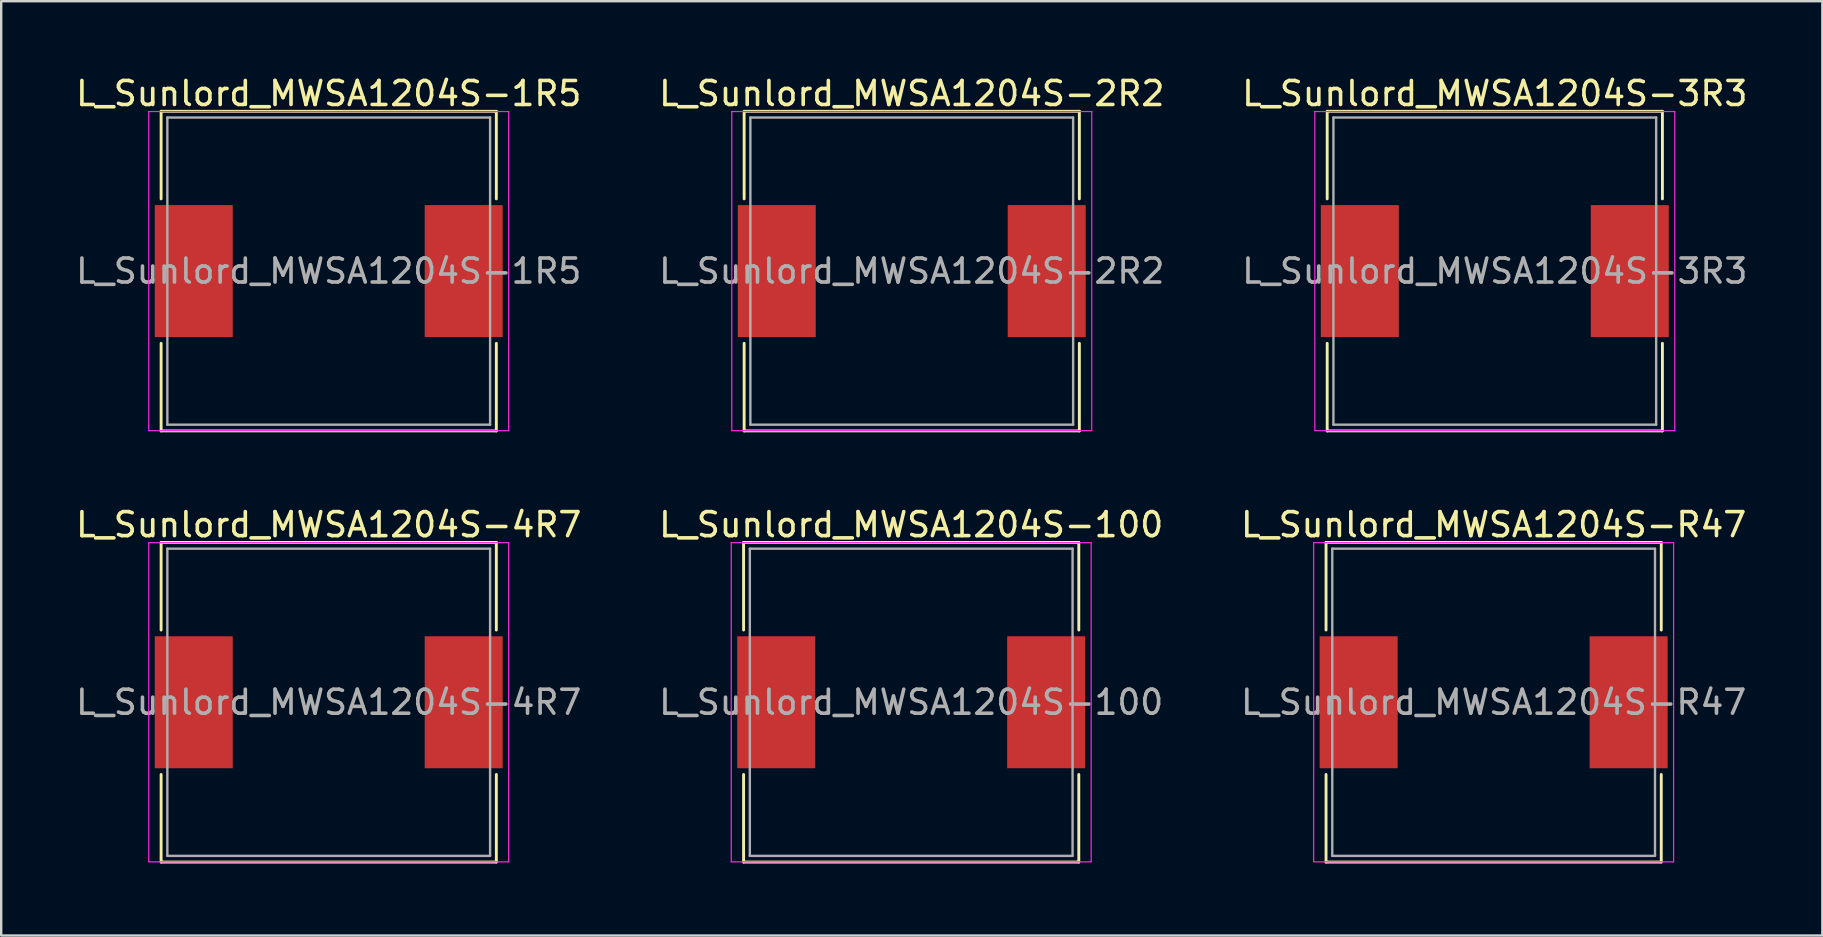
<source format=kicad_pcb>
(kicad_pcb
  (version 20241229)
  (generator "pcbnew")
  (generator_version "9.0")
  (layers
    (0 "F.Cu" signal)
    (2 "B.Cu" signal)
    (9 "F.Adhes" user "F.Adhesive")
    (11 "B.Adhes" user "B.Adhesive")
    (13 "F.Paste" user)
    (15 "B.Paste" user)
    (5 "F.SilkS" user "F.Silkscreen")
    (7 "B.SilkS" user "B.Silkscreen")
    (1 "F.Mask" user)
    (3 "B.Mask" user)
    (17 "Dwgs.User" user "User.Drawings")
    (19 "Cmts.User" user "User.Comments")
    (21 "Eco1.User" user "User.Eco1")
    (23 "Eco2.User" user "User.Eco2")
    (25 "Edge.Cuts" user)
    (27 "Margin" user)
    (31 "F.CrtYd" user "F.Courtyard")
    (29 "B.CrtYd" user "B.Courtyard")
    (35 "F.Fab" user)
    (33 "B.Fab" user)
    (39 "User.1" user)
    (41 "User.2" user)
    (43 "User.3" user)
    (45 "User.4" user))
  (footprint "L_Sunlord_MWSA1204S-100"
    (layer "F.Cu")
    (at 34.923 26.216)
    (property "Reference" "L_Sunlord_MWSA1204S-100" (at 0 -7.4 0) (layer "F.SilkS") (effects (font (size 1 1) (thickness 0.15))))
    (attr smd)
    (fp_line (start -6.985 -6.66) (end -6.985 -3.01) (stroke (width 0.12) (type solid)) (layer "F.SilkS"))
    (fp_line (start -6.985 -6.66) (end 6.985 -6.66) (stroke (width 0.12) (type solid)) (layer "F.SilkS"))
    (fp_line (start -6.985 6.66) (end -6.985 3.01) (stroke (width 0.12) (type solid)) (layer "F.SilkS"))
    (fp_line (start -6.985 6.66) (end 6.985 6.66) (stroke (width 0.12) (type solid)) (layer "F.SilkS"))
    (fp_line (start 6.985 -6.66) (end 6.985 -3.01) (stroke (width 0.12) (type solid)) (layer "F.SilkS"))
    (fp_line (start 6.985 6.66) (end 6.985 3.01) (stroke (width 0.12) (type solid)) (layer "F.SilkS"))
    (fp_line (start -7.5 -6.65) (end -7.5 6.65) (stroke (width 0.05) (type solid)) (layer "F.CrtYd"))
    (fp_line (start -7.5 6.65) (end 7.5 6.65) (stroke (width 0.05) (type solid)) (layer "F.CrtYd"))
    (fp_line (start 7.5 -6.65) (end -7.5 -6.65) (stroke (width 0.05) (type solid)) (layer "F.CrtYd"))
    (fp_line (start 7.5 6.65) (end 7.5 -6.65) (stroke (width 0.05) (type solid)) (layer "F.CrtYd"))
    (fp_line (start -6.725 -6.4) (end -6.725 6.4) (stroke (width 0.1) (type solid)) (layer "F.Fab"))
    (fp_line (start -6.725 6.4) (end 6.725 6.4) (stroke (width 0.1) (type solid)) (layer "F.Fab"))
    (fp_line (start 6.725 -6.4) (end -6.725 -6.4) (stroke (width 0.1) (type solid)) (layer "F.Fab"))
    (fp_line (start 6.725 6.4) (end 6.725 -6.4) (stroke (width 0.1) (type solid)) (layer "F.Fab"))
    (fp_text user "${REFERENCE}" (at 0 0 0) (layer "F.Fab") (effects (font (size 1 1) (thickness 0.15))))
    (pad "1" smd rect (at -5.625 0) (size 3.25 5.5) (layers "F.Cu" "F.Mask" "F.Paste"))
    (pad "2" smd rect (at 5.625 0) (size 3.25 5.5) (layers "F.Cu" "F.Mask" "F.Paste")))
  (footprint "L_Sunlord_MWSA1204S-4R7"
    (layer "F.Cu")
    (at 10.649 26.216)
    (property "Reference" "L_Sunlord_MWSA1204S-4R7" (at 0 -7.4 0) (layer "F.SilkS") (effects (font (size 1 1) (thickness 0.15))))
    (attr smd)
    (fp_line (start -6.985 -6.66) (end -6.985 -3.01) (stroke (width 0.12) (type solid)) (layer "F.SilkS"))
    (fp_line (start -6.985 -6.66) (end 6.985 -6.66) (stroke (width 0.12) (type solid)) (layer "F.SilkS"))
    (fp_line (start -6.985 6.66) (end -6.985 3.01) (stroke (width 0.12) (type solid)) (layer "F.SilkS"))
    (fp_line (start -6.985 6.66) (end 6.985 6.66) (stroke (width 0.12) (type solid)) (layer "F.SilkS"))
    (fp_line (start 6.985 -6.66) (end 6.985 -3.01) (stroke (width 0.12) (type solid)) (layer "F.SilkS"))
    (fp_line (start 6.985 6.66) (end 6.985 3.01) (stroke (width 0.12) (type solid)) (layer "F.SilkS"))
    (fp_line (start -7.5 -6.65) (end -7.5 6.65) (stroke (width 0.05) (type solid)) (layer "F.CrtYd"))
    (fp_line (start -7.5 6.65) (end 7.5 6.65) (stroke (width 0.05) (type solid)) (layer "F.CrtYd"))
    (fp_line (start 7.5 -6.65) (end -7.5 -6.65) (stroke (width 0.05) (type solid)) (layer "F.CrtYd"))
    (fp_line (start 7.5 6.65) (end 7.5 -6.65) (stroke (width 0.05) (type solid)) (layer "F.CrtYd"))
    (fp_line (start -6.725 -6.4) (end -6.725 6.4) (stroke (width 0.1) (type solid)) (layer "F.Fab"))
    (fp_line (start -6.725 6.4) (end 6.725 6.4) (stroke (width 0.1) (type solid)) (layer "F.Fab"))
    (fp_line (start 6.725 -6.4) (end -6.725 -6.4) (stroke (width 0.1) (type solid)) (layer "F.Fab"))
    (fp_line (start 6.725 6.4) (end 6.725 -6.4) (stroke (width 0.1) (type solid)) (layer "F.Fab"))
    (fp_text user "${REFERENCE}" (at 0 0 0) (layer "F.Fab") (effects (font (size 1 1) (thickness 0.15))))
    (pad "1" smd rect (at -5.625 0) (size 3.25 5.5) (layers "F.Cu" "F.Mask" "F.Paste"))
    (pad "2" smd rect (at 5.625 0) (size 3.25 5.5) (layers "F.Cu" "F.Mask" "F.Paste")))
  (footprint "L_Sunlord_MWSA1204S-R47"
    (layer "F.Cu")
    (at 59.196 26.216)
    (property "Reference" "L_Sunlord_MWSA1204S-R47" (at 0 -7.4 0) (layer "F.SilkS") (effects (font (size 1 1) (thickness 0.15))))
    (attr smd)
    (fp_line (start -6.985 -6.66) (end -6.985 -3.01) (stroke (width 0.12) (type solid)) (layer "F.SilkS"))
    (fp_line (start -6.985 -6.66) (end 6.985 -6.66) (stroke (width 0.12) (type solid)) (layer "F.SilkS"))
    (fp_line (start -6.985 6.66) (end -6.985 3.01) (stroke (width 0.12) (type solid)) (layer "F.SilkS"))
    (fp_line (start -6.985 6.66) (end 6.985 6.66) (stroke (width 0.12) (type solid)) (layer "F.SilkS"))
    (fp_line (start 6.985 -6.66) (end 6.985 -3.01) (stroke (width 0.12) (type solid)) (layer "F.SilkS"))
    (fp_line (start 6.985 6.66) (end 6.985 3.01) (stroke (width 0.12) (type solid)) (layer "F.SilkS"))
    (fp_line (start -7.5 -6.65) (end -7.5 6.65) (stroke (width 0.05) (type solid)) (layer "F.CrtYd"))
    (fp_line (start -7.5 6.65) (end 7.5 6.65) (stroke (width 0.05) (type solid)) (layer "F.CrtYd"))
    (fp_line (start 7.5 -6.65) (end -7.5 -6.65) (stroke (width 0.05) (type solid)) (layer "F.CrtYd"))
    (fp_line (start 7.5 6.65) (end 7.5 -6.65) (stroke (width 0.05) (type solid)) (layer "F.CrtYd"))
    (fp_line (start -6.725 -6.4) (end -6.725 6.4) (stroke (width 0.1) (type solid)) (layer "F.Fab"))
    (fp_line (start -6.725 6.4) (end 6.725 6.4) (stroke (width 0.1) (type solid)) (layer "F.Fab"))
    (fp_line (start 6.725 -6.4) (end -6.725 -6.4) (stroke (width 0.1) (type solid)) (layer "F.Fab"))
    (fp_line (start 6.725 6.4) (end 6.725 -6.4) (stroke (width 0.1) (type solid)) (layer "F.Fab"))
    (fp_text user "${REFERENCE}" (at 0 0 0) (layer "F.Fab") (effects (font (size 1 1) (thickness 0.15))))
    (pad "1" smd rect (at -5.625 0) (size 3.25 5.5) (layers "F.Cu" "F.Mask" "F.Paste"))
    (pad "2" smd rect (at 5.625 0) (size 3.25 5.5) (layers "F.Cu" "F.Mask" "F.Paste")))
  (footprint "L_Sunlord_MWSA1204S-2R2"
    (layer "F.Cu")
    (at 34.946 8.248)
    (property "Reference" "L_Sunlord_MWSA1204S-2R2" (at 0 -7.4 0) (layer "F.SilkS") (effects (font (size 1 1) (thickness 0.15))))
    (attr smd)
    (fp_line (start -6.985 -6.66) (end -6.985 -3.01) (stroke (width 0.12) (type solid)) (layer "F.SilkS"))
    (fp_line (start -6.985 -6.66) (end 6.985 -6.66) (stroke (width 0.12) (type solid)) (layer "F.SilkS"))
    (fp_line (start -6.985 6.66) (end -6.985 3.01) (stroke (width 0.12) (type solid)) (layer "F.SilkS"))
    (fp_line (start -6.985 6.66) (end 6.985 6.66) (stroke (width 0.12) (type solid)) (layer "F.SilkS"))
    (fp_line (start 6.985 -6.66) (end 6.985 -3.01) (stroke (width 0.12) (type solid)) (layer "F.SilkS"))
    (fp_line (start 6.985 6.66) (end 6.985 3.01) (stroke (width 0.12) (type solid)) (layer "F.SilkS"))
    (fp_line (start -7.5 -6.65) (end -7.5 6.65) (stroke (width 0.05) (type solid)) (layer "F.CrtYd"))
    (fp_line (start -7.5 6.65) (end 7.5 6.65) (stroke (width 0.05) (type solid)) (layer "F.CrtYd"))
    (fp_line (start 7.5 -6.65) (end -7.5 -6.65) (stroke (width 0.05) (type solid)) (layer "F.CrtYd"))
    (fp_line (start 7.5 6.65) (end 7.5 -6.65) (stroke (width 0.05) (type solid)) (layer "F.CrtYd"))
    (fp_line (start -6.725 -6.4) (end -6.725 6.4) (stroke (width 0.1) (type solid)) (layer "F.Fab"))
    (fp_line (start -6.725 6.4) (end 6.725 6.4) (stroke (width 0.1) (type solid)) (layer "F.Fab"))
    (fp_line (start 6.725 -6.4) (end -6.725 -6.4) (stroke (width 0.1) (type solid)) (layer "F.Fab"))
    (fp_line (start 6.725 6.4) (end 6.725 -6.4) (stroke (width 0.1) (type solid)) (layer "F.Fab"))
    (fp_text user "${REFERENCE}" (at 0 0 0) (layer "F.Fab") (effects (font (size 1 1) (thickness 0.15))))
    (pad "1" smd rect (at -5.625 0) (size 3.25 5.5) (layers "F.Cu" "F.Mask" "F.Paste"))
    (pad "2" smd rect (at 5.625 0) (size 3.25 5.5) (layers "F.Cu" "F.Mask" "F.Paste")))
  (footprint "L_Sunlord_MWSA1204S-1R5"
    (layer "F.Cu")
    (at 10.649 8.248)
    (property "Reference" "L_Sunlord_MWSA1204S-1R5" (at 0 -7.4 0) (layer "F.SilkS") (effects (font (size 1 1) (thickness 0.15))))
    (attr smd)
    (fp_line (start -6.985 -6.66) (end -6.985 -3.01) (stroke (width 0.12) (type solid)) (layer "F.SilkS"))
    (fp_line (start -6.985 -6.66) (end 6.985 -6.66) (stroke (width 0.12) (type solid)) (layer "F.SilkS"))
    (fp_line (start -6.985 6.66) (end -6.985 3.01) (stroke (width 0.12) (type solid)) (layer "F.SilkS"))
    (fp_line (start -6.985 6.66) (end 6.985 6.66) (stroke (width 0.12) (type solid)) (layer "F.SilkS"))
    (fp_line (start 6.985 -6.66) (end 6.985 -3.01) (stroke (width 0.12) (type solid)) (layer "F.SilkS"))
    (fp_line (start 6.985 6.66) (end 6.985 3.01) (stroke (width 0.12) (type solid)) (layer "F.SilkS"))
    (fp_line (start -7.5 -6.65) (end -7.5 6.65) (stroke (width 0.05) (type solid)) (layer "F.CrtYd"))
    (fp_line (start -7.5 6.65) (end 7.5 6.65) (stroke (width 0.05) (type solid)) (layer "F.CrtYd"))
    (fp_line (start 7.5 -6.65) (end -7.5 -6.65) (stroke (width 0.05) (type solid)) (layer "F.CrtYd"))
    (fp_line (start 7.5 6.65) (end 7.5 -6.65) (stroke (width 0.05) (type solid)) (layer "F.CrtYd"))
    (fp_line (start -6.725 -6.4) (end -6.725 6.4) (stroke (width 0.1) (type solid)) (layer "F.Fab"))
    (fp_line (start -6.725 6.4) (end 6.725 6.4) (stroke (width 0.1) (type solid)) (layer "F.Fab"))
    (fp_line (start 6.725 -6.4) (end -6.725 -6.4) (stroke (width 0.1) (type solid)) (layer "F.Fab"))
    (fp_line (start 6.725 6.4) (end 6.725 -6.4) (stroke (width 0.1) (type solid)) (layer "F.Fab"))
    (fp_text user "${REFERENCE}" (at 0 0 0) (layer "F.Fab") (effects (font (size 1 1) (thickness 0.15))))
    (pad "1" smd rect (at -5.625 0) (size 3.25 5.5) (layers "F.Cu" "F.Mask" "F.Paste"))
    (pad "2" smd rect (at 5.625 0) (size 3.25 5.5) (layers "F.Cu" "F.Mask" "F.Paste")))
  (footprint "L_Sunlord_MWSA1204S-3R3"
    (layer "F.Cu")
    (at 59.244 8.248)
    (property "Reference" "L_Sunlord_MWSA1204S-3R3" (at 0 -7.4 0) (layer "F.SilkS") (effects (font (size 1 1) (thickness 0.15))))
    (attr smd)
    (fp_line (start -6.985 -6.66) (end -6.985 -3.01) (stroke (width 0.12) (type solid)) (layer "F.SilkS"))
    (fp_line (start -6.985 -6.66) (end 6.985 -6.66) (stroke (width 0.12) (type solid)) (layer "F.SilkS"))
    (fp_line (start -6.985 6.66) (end -6.985 3.01) (stroke (width 0.12) (type solid)) (layer "F.SilkS"))
    (fp_line (start -6.985 6.66) (end 6.985 6.66) (stroke (width 0.12) (type solid)) (layer "F.SilkS"))
    (fp_line (start 6.985 -6.66) (end 6.985 -3.01) (stroke (width 0.12) (type solid)) (layer "F.SilkS"))
    (fp_line (start 6.985 6.66) (end 6.985 3.01) (stroke (width 0.12) (type solid)) (layer "F.SilkS"))
    (fp_line (start -7.5 -6.65) (end -7.5 6.65) (stroke (width 0.05) (type solid)) (layer "F.CrtYd"))
    (fp_line (start -7.5 6.65) (end 7.5 6.65) (stroke (width 0.05) (type solid)) (layer "F.CrtYd"))
    (fp_line (start 7.5 -6.65) (end -7.5 -6.65) (stroke (width 0.05) (type solid)) (layer "F.CrtYd"))
    (fp_line (start 7.5 6.65) (end 7.5 -6.65) (stroke (width 0.05) (type solid)) (layer "F.CrtYd"))
    (fp_line (start -6.725 -6.4) (end -6.725 6.4) (stroke (width 0.1) (type solid)) (layer "F.Fab"))
    (fp_line (start -6.725 6.4) (end 6.725 6.4) (stroke (width 0.1) (type solid)) (layer "F.Fab"))
    (fp_line (start 6.725 -6.4) (end -6.725 -6.4) (stroke (width 0.1) (type solid)) (layer "F.Fab"))
    (fp_line (start 6.725 6.4) (end 6.725 -6.4) (stroke (width 0.1) (type solid)) (layer "F.Fab"))
    (fp_text user "${REFERENCE}" (at 0 0 0) (layer "F.Fab") (effects (font (size 1 1) (thickness 0.15))))
    (pad "1" smd rect (at -5.625 0) (size 3.25 5.5) (layers "F.Cu" "F.Mask" "F.Paste"))
    (pad "2" smd rect (at 5.625 0) (size 3.25 5.5) (layers "F.Cu" "F.Mask" "F.Paste")))
  (gr_rect
    (start -3 -3)
    (end 72.893 35.937)
    (stroke (width 0.1) (type default))
    (fill no)
    (layer "Edge.Cuts")))
</source>
